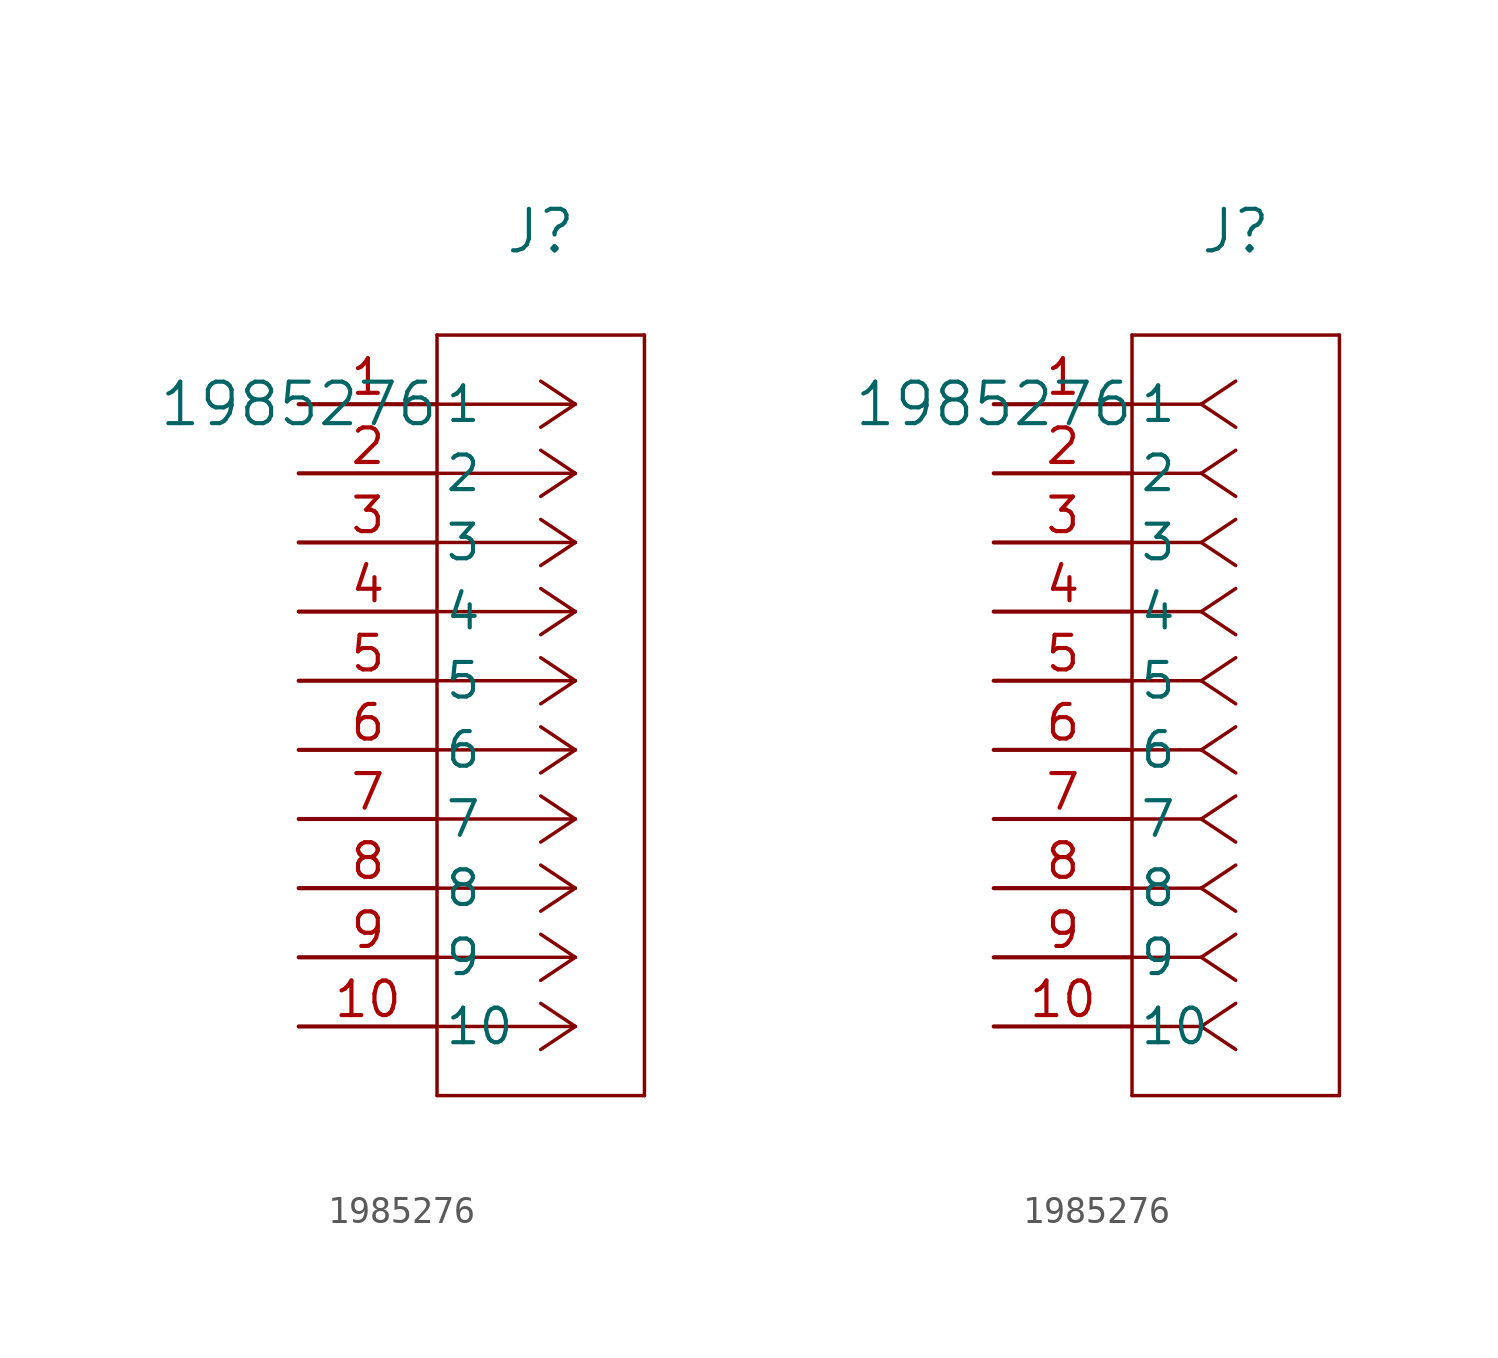
<source format=kicad_sym>
(kicad_symbol_lib
  (version 20211014)
  (generator kicad_symbol_editor)
  (symbol "1985276"
    (pin_names
      (offset 0.254))
    (property "Reference" "J"
      (at 8.89 6.35 0)
      (effects (font (size 1.524 1.524))))
    (property "Value" "1985276"
      (at 0 0 0)
      (effects (font (size 1.524 1.524))))
    (symbol "1985276_1_1"
      (polyline (pts (xy 10.16 0) (xy 5.08 0)) (stroke (width 0.127) (type default) (color 0 0 0 0)) (fill (type none)))
      (polyline (pts (xy 10.16 -2.54) (xy 5.08 -2.54)) (stroke (width 0.127) (type default) (color 0 0 0 0)) (fill (type none)))
      (polyline (pts (xy 10.16 -5.08) (xy 5.08 -5.08)) (stroke (width 0.127) (type default) (color 0 0 0 0)) (fill (type none)))
      (polyline (pts (xy 10.16 -7.62) (xy 5.08 -7.62)) (stroke (width 0.127) (type default) (color 0 0 0 0)) (fill (type none)))
      (polyline (pts (xy 10.16 -10.16) (xy 5.08 -10.16)) (stroke (width 0.127) (type default) (color 0 0 0 0)) (fill (type none)))
      (polyline (pts (xy 10.16 -12.7) (xy 5.08 -12.7)) (stroke (width 0.127) (type default) (color 0 0 0 0)) (fill (type none)))
      (polyline (pts (xy 10.16 -15.24) (xy 5.08 -15.24)) (stroke (width 0.127) (type default) (color 0 0 0 0)) (fill (type none)))
      (polyline (pts (xy 10.16 -17.78) (xy 5.08 -17.78)) (stroke (width 0.127) (type default) (color 0 0 0 0)) (fill (type none)))
      (polyline (pts (xy 10.16 -20.32) (xy 5.08 -20.32)) (stroke (width 0.127) (type default) (color 0 0 0 0)) (fill (type none)))
      (polyline (pts (xy 10.16 -22.86) (xy 5.08 -22.86)) (stroke (width 0.127) (type default) (color 0 0 0 0)) (fill (type none)))
      (polyline (pts (xy 10.16 0) (xy 8.89 0.847)) (stroke (width 0.127) (type default) (color 0 0 0 0)) (fill (type none)))
      (polyline (pts (xy 10.16 -2.54) (xy 8.89 -1.693)) (stroke (width 0.127) (type default) (color 0 0 0 0)) (fill (type none)))
      (polyline (pts (xy 10.16 -5.08) (xy 8.89 -4.233)) (stroke (width 0.127) (type default) (color 0 0 0 0)) (fill (type none)))
      (polyline (pts (xy 10.16 -7.62) (xy 8.89 -6.773)) (stroke (width 0.127) (type default) (color 0 0 0 0)) (fill (type none)))
      (polyline (pts (xy 10.16 -10.16) (xy 8.89 -9.313)) (stroke (width 0.127) (type default) (color 0 0 0 0)) (fill (type none)))
      (polyline (pts (xy 10.16 -12.7) (xy 8.89 -11.853)) (stroke (width 0.127) (type default) (color 0 0 0 0)) (fill (type none)))
      (polyline (pts (xy 10.16 -15.24) (xy 8.89 -14.393)) (stroke (width 0.127) (type default) (color 0 0 0 0)) (fill (type none)))
      (polyline (pts (xy 10.16 -17.78) (xy 8.89 -16.933)) (stroke (width 0.127) (type default) (color 0 0 0 0)) (fill (type none)))
      (polyline (pts (xy 10.16 -20.32) (xy 8.89 -19.473)) (stroke (width 0.127) (type default) (color 0 0 0 0)) (fill (type none)))
      (polyline (pts (xy 10.16 -22.86) (xy 8.89 -22.013)) (stroke (width 0.127) (type default) (color 0 0 0 0)) (fill (type none)))
      (polyline (pts (xy 10.16 0) (xy 8.89 -0.847)) (stroke (width 0.127) (type default) (color 0 0 0 0)) (fill (type none)))
      (polyline (pts (xy 10.16 -2.54) (xy 8.89 -3.387)) (stroke (width 0.127) (type default) (color 0 0 0 0)) (fill (type none)))
      (polyline (pts (xy 10.16 -5.08) (xy 8.89 -5.927)) (stroke (width 0.127) (type default) (color 0 0 0 0)) (fill (type none)))
      (polyline (pts (xy 10.16 -7.62) (xy 8.89 -8.467)) (stroke (width 0.127) (type default) (color 0 0 0 0)) (fill (type none)))
      (polyline (pts (xy 10.16 -10.16) (xy 8.89 -11.007)) (stroke (width 0.127) (type default) (color 0 0 0 0)) (fill (type none)))
      (polyline (pts (xy 10.16 -12.7) (xy 8.89 -13.547)) (stroke (width 0.127) (type default) (color 0 0 0 0)) (fill (type none)))
      (polyline (pts (xy 10.16 -15.24) (xy 8.89 -16.087)) (stroke (width 0.127) (type default) (color 0 0 0 0)) (fill (type none)))
      (polyline (pts (xy 10.16 -17.78) (xy 8.89 -18.627)) (stroke (width 0.127) (type default) (color 0 0 0 0)) (fill (type none)))
      (polyline (pts (xy 10.16 -20.32) (xy 8.89 -21.167)) (stroke (width 0.127) (type default) (color 0 0 0 0)) (fill (type none)))
      (polyline (pts (xy 10.16 -22.86) (xy 8.89 -23.707)) (stroke (width 0.127) (type default) (color 0 0 0 0)) (fill (type none)))
      (polyline (pts (xy 5.08 2.54) (xy 5.08 -25.4)) (stroke (width 0.127) (type default) (color 0 0 0 0)) (fill (type none)))
      (polyline (pts (xy 5.08 -25.4) (xy 12.7 -25.4)) (stroke (width 0.127) (type default) (color 0 0 0 0)) (fill (type none)))
      (polyline (pts (xy 12.7 -25.4) (xy 12.7 2.54)) (stroke (width 0.127) (type default) (color 0 0 0 0)) (fill (type none)))
      (polyline (pts (xy 12.7 2.54) (xy 5.08 2.54)) (stroke (width 0.127) (type default) (color 0 0 0 0)) (fill (type none)))
      (pin unspecified line (at 0 0 0) (length 5.08) (name "1" (effects (font (size 1.27 1.27)))) (number "1" (effects (font (size 1.27 1.27)))))
      (pin unspecified line (at 0 -2.54 0) (length 5.08) (name "2" (effects (font (size 1.27 1.27)))) (number "2" (effects (font (size 1.27 1.27)))))
      (pin unspecified line (at 0 -5.08 0) (length 5.08) (name "3" (effects (font (size 1.27 1.27)))) (number "3" (effects (font (size 1.27 1.27)))))
      (pin unspecified line (at 0 -7.62 0) (length 5.08) (name "4" (effects (font (size 1.27 1.27)))) (number "4" (effects (font (size 1.27 1.27)))))
      (pin unspecified line (at 0 -10.16 0) (length 5.08) (name "5" (effects (font (size 1.27 1.27)))) (number "5" (effects (font (size 1.27 1.27)))))
      (pin unspecified line (at 0 -12.7 0) (length 5.08) (name "6" (effects (font (size 1.27 1.27)))) (number "6" (effects (font (size 1.27 1.27)))))
      (pin unspecified line (at 0 -15.24 0) (length 5.08) (name "7" (effects (font (size 1.27 1.27)))) (number "7" (effects (font (size 1.27 1.27)))))
      (pin unspecified line (at 0 -17.78 0) (length 5.08) (name "8" (effects (font (size 1.27 1.27)))) (number "8" (effects (font (size 1.27 1.27)))))
      (pin unspecified line (at 0 -20.32 0) (length 5.08) (name "9" (effects (font (size 1.27 1.27)))) (number "9" (effects (font (size 1.27 1.27)))))
      (pin unspecified line (at 0 -22.86 0) (length 5.08) (name "10" (effects (font (size 1.27 1.27)))) (number "10" (effects (font (size 1.27 1.27))))))
    (symbol "1985276_1_2"
      (polyline (pts (xy 7.62 0) (xy 5.08 0)) (stroke (width 0.127) (type default) (color 0 0 0 0)) (fill (type none)))
      (polyline (pts (xy 7.62 -2.54) (xy 5.08 -2.54)) (stroke (width 0.127) (type default) (color 0 0 0 0)) (fill (type none)))
      (polyline (pts (xy 7.62 -5.08) (xy 5.08 -5.08)) (stroke (width 0.127) (type default) (color 0 0 0 0)) (fill (type none)))
      (polyline (pts (xy 7.62 -7.62) (xy 5.08 -7.62)) (stroke (width 0.127) (type default) (color 0 0 0 0)) (fill (type none)))
      (polyline (pts (xy 7.62 -10.16) (xy 5.08 -10.16)) (stroke (width 0.127) (type default) (color 0 0 0 0)) (fill (type none)))
      (polyline (pts (xy 7.62 -12.7) (xy 5.08 -12.7)) (stroke (width 0.127) (type default) (color 0 0 0 0)) (fill (type none)))
      (polyline (pts (xy 7.62 -15.24) (xy 5.08 -15.24)) (stroke (width 0.127) (type default) (color 0 0 0 0)) (fill (type none)))
      (polyline (pts (xy 7.62 -17.78) (xy 5.08 -17.78)) (stroke (width 0.127) (type default) (color 0 0 0 0)) (fill (type none)))
      (polyline (pts (xy 7.62 -20.32) (xy 5.08 -20.32)) (stroke (width 0.127) (type default) (color 0 0 0 0)) (fill (type none)))
      (polyline (pts (xy 7.62 -22.86) (xy 5.08 -22.86)) (stroke (width 0.127) (type default) (color 0 0 0 0)) (fill (type none)))
      (polyline (pts (xy 7.62 0) (xy 8.89 0.847)) (stroke (width 0.127) (type default) (color 0 0 0 0)) (fill (type none)))
      (polyline (pts (xy 7.62 -2.54) (xy 8.89 -1.693)) (stroke (width 0.127) (type default) (color 0 0 0 0)) (fill (type none)))
      (polyline (pts (xy 7.62 -5.08) (xy 8.89 -4.233)) (stroke (width 0.127) (type default) (color 0 0 0 0)) (fill (type none)))
      (polyline (pts (xy 7.62 -7.62) (xy 8.89 -6.773)) (stroke (width 0.127) (type default) (color 0 0 0 0)) (fill (type none)))
      (polyline (pts (xy 7.62 -10.16) (xy 8.89 -9.313)) (stroke (width 0.127) (type default) (color 0 0 0 0)) (fill (type none)))
      (polyline (pts (xy 7.62 -12.7) (xy 8.89 -11.853)) (stroke (width 0.127) (type default) (color 0 0 0 0)) (fill (type none)))
      (polyline (pts (xy 7.62 -15.24) (xy 8.89 -14.393)) (stroke (width 0.127) (type default) (color 0 0 0 0)) (fill (type none)))
      (polyline (pts (xy 7.62 -17.78) (xy 8.89 -16.933)) (stroke (width 0.127) (type default) (color 0 0 0 0)) (fill (type none)))
      (polyline (pts (xy 7.62 -20.32) (xy 8.89 -19.473)) (stroke (width 0.127) (type default) (color 0 0 0 0)) (fill (type none)))
      (polyline (pts (xy 7.62 -22.86) (xy 8.89 -22.013)) (stroke (width 0.127) (type default) (color 0 0 0 0)) (fill (type none)))
      (polyline (pts (xy 7.62 0) (xy 8.89 -0.847)) (stroke (width 0.127) (type default) (color 0 0 0 0)) (fill (type none)))
      (polyline (pts (xy 7.62 -2.54) (xy 8.89 -3.387)) (stroke (width 0.127) (type default) (color 0 0 0 0)) (fill (type none)))
      (polyline (pts (xy 7.62 -5.08) (xy 8.89 -5.927)) (stroke (width 0.127) (type default) (color 0 0 0 0)) (fill (type none)))
      (polyline (pts (xy 7.62 -7.62) (xy 8.89 -8.467)) (stroke (width 0.127) (type default) (color 0 0 0 0)) (fill (type none)))
      (polyline (pts (xy 7.62 -10.16) (xy 8.89 -11.007)) (stroke (width 0.127) (type default) (color 0 0 0 0)) (fill (type none)))
      (polyline (pts (xy 7.62 -12.7) (xy 8.89 -13.547)) (stroke (width 0.127) (type default) (color 0 0 0 0)) (fill (type none)))
      (polyline (pts (xy 7.62 -15.24) (xy 8.89 -16.087)) (stroke (width 0.127) (type default) (color 0 0 0 0)) (fill (type none)))
      (polyline (pts (xy 7.62 -17.78) (xy 8.89 -18.627)) (stroke (width 0.127) (type default) (color 0 0 0 0)) (fill (type none)))
      (polyline (pts (xy 7.62 -20.32) (xy 8.89 -21.167)) (stroke (width 0.127) (type default) (color 0 0 0 0)) (fill (type none)))
      (polyline (pts (xy 7.62 -22.86) (xy 8.89 -23.707)) (stroke (width 0.127) (type default) (color 0 0 0 0)) (fill (type none)))
      (polyline (pts (xy 5.08 2.54) (xy 5.08 -25.4)) (stroke (width 0.127) (type default) (color 0 0 0 0)) (fill (type none)))
      (polyline (pts (xy 5.08 -25.4) (xy 12.7 -25.4)) (stroke (width 0.127) (type default) (color 0 0 0 0)) (fill (type none)))
      (polyline (pts (xy 12.7 -25.4) (xy 12.7 2.54)) (stroke (width 0.127) (type default) (color 0 0 0 0)) (fill (type none)))
      (polyline (pts (xy 12.7 2.54) (xy 5.08 2.54)) (stroke (width 0.127) (type default) (color 0 0 0 0)) (fill (type none)))
      (pin unspecified line (at 0 0 0) (length 5.08) (name "1" (effects (font (size 1.27 1.27)))) (number "1" (effects (font (size 1.27 1.27)))))
      (pin unspecified line (at 0 -2.54 0) (length 5.08) (name "2" (effects (font (size 1.27 1.27)))) (number "2" (effects (font (size 1.27 1.27)))))
      (pin unspecified line (at 0 -5.08 0) (length 5.08) (name "3" (effects (font (size 1.27 1.27)))) (number "3" (effects (font (size 1.27 1.27)))))
      (pin unspecified line (at 0 -7.62 0) (length 5.08) (name "4" (effects (font (size 1.27 1.27)))) (number "4" (effects (font (size 1.27 1.27)))))
      (pin unspecified line (at 0 -10.16 0) (length 5.08) (name "5" (effects (font (size 1.27 1.27)))) (number "5" (effects (font (size 1.27 1.27)))))
      (pin unspecified line (at 0 -12.7 0) (length 5.08) (name "6" (effects (font (size 1.27 1.27)))) (number "6" (effects (font (size 1.27 1.27)))))
      (pin unspecified line (at 0 -15.24 0) (length 5.08) (name "7" (effects (font (size 1.27 1.27)))) (number "7" (effects (font (size 1.27 1.27)))))
      (pin unspecified line (at 0 -17.78 0) (length 5.08) (name "8" (effects (font (size 1.27 1.27)))) (number "8" (effects (font (size 1.27 1.27)))))
      (pin unspecified line (at 0 -20.32 0) (length 5.08) (name "9" (effects (font (size 1.27 1.27)))) (number "9" (effects (font (size 1.27 1.27)))))
      (pin unspecified line (at 0 -22.86 0) (length 5.08) (name "10" (effects (font (size 1.27 1.27)))) (number "10" (effects (font (size 1.27 1.27))))))))
</source>
